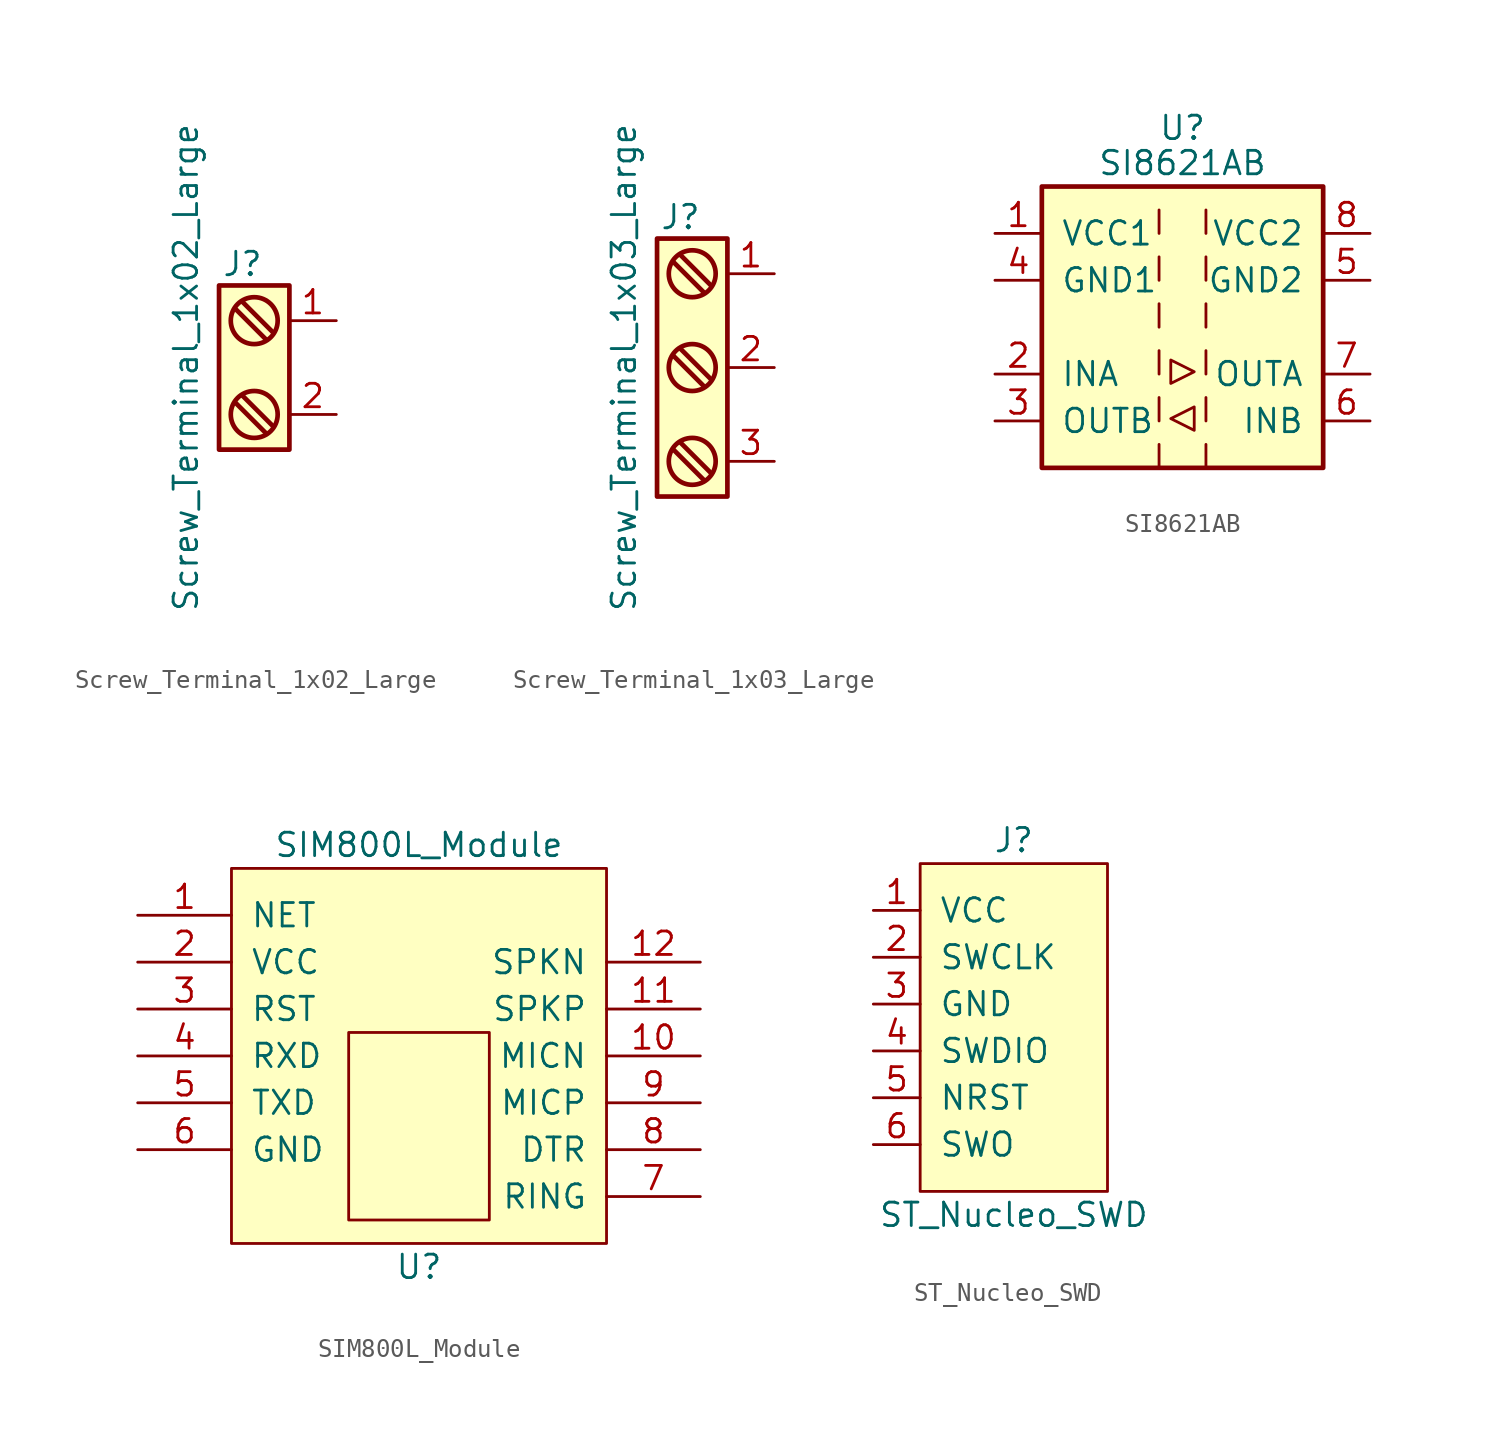
<source format=kicad_sym>
(kicad_symbol_lib
  (version 20220914)
  (generator kicad_symbol_editor)
  (symbol "Screw_Terminal_1x02_Large"
    (pin_names
      (offset 0.762) hide)
    (property "Reference" "J"
      (at 0 6.35 0)
      (effects (font (size 1.27 1.27)) (justify top)))
    (property "Value" "Screw_Terminal_1x02_Large"
      (at -3.81 0 90)
      (effects (font (size 1.27 1.27)) (justify top)))
    (symbol "Screw_Terminal_1x02_Large_0_1"
      (rectangle (start -1.27 4.445) (end 2.54 -4.445) (stroke (width 0.254) (type default)) (fill (type background)))
      (polyline (pts (xy -0.381 -1.905) (xy 1.27 -3.556)) (stroke (width 0.254) (type default)) (fill (type none)))
      (polyline (pts (xy 0 3.556) (xy 1.651 1.905)) (stroke (width 0.254) (type default)) (fill (type none)))
      (polyline (pts (xy 1.27 1.524) (xy -0.381 3.175)) (stroke (width 0.254) (type default)) (fill (type none)))
      (polyline (pts (xy 1.651 -3.175) (xy 0 -1.524)) (stroke (width 0.254) (type default)) (fill (type none)))
      (circle (center 0.635 -2.54) (radius 1.27) (stroke (width 0.254) (type default)) (fill (type none)))
      (circle (center 0.635 2.54) (radius 1.27) (stroke (width 0.254) (type default)) (fill (type none))))
    (symbol "Screw_Terminal_1x02_Large_1_1"
      (pin passive line (at 5.08 2.54 180) (length 2.54) (name "~" (effects (font (size 1.27 1.27)))) (number "1" (effects (font (size 1.27 1.27)))))
      (pin passive line (at 5.08 -2.54 180) (length 2.54) (name "~" (effects (font (size 1.27 1.27)))) (number "2" (effects (font (size 1.27 1.27)))))))
  (symbol "Screw_Terminal_1x03_Large"
    (pin_names
      (offset 0.762) hide)
    (property "Reference" "J"
      (at 0 8.89 0)
      (effects (font (size 1.27 1.27)) (justify top)))
    (property "Value" "Screw_Terminal_1x03_Large"
      (at -3.81 0 90)
      (effects (font (size 1.27 1.27)) (justify top)))
    (symbol "Screw_Terminal_1x03_Large_0_1"
      (rectangle (start -1.27 6.985) (end 2.54 -6.985) (stroke (width 0.254) (type default)) (fill (type background)))
      (polyline (pts (xy -0.381 -4.445) (xy 1.27 -6.096)) (stroke (width 0.254) (type default)) (fill (type none)))
      (polyline (pts (xy -0.381 0.635) (xy 1.27 -1.016)) (stroke (width 0.254) (type default)) (fill (type none)))
      (polyline (pts (xy 0 6.096) (xy 1.651 4.445)) (stroke (width 0.254) (type default)) (fill (type none)))
      (polyline (pts (xy 1.27 4.064) (xy -0.381 5.715)) (stroke (width 0.254) (type default)) (fill (type none)))
      (polyline (pts (xy 1.651 -5.715) (xy 0 -4.064)) (stroke (width 0.254) (type default)) (fill (type none)))
      (polyline (pts (xy 1.651 -0.635) (xy 0 1.016)) (stroke (width 0.254) (type default)) (fill (type none)))
      (circle (center 0.635 -5.08) (radius 1.27) (stroke (width 0.254) (type default)) (fill (type none)))
      (circle (center 0.635 0) (radius 1.27) (stroke (width 0.254) (type default)) (fill (type none)))
      (circle (center 0.635 5.08) (radius 1.27) (stroke (width 0.254) (type default)) (fill (type none))))
    (symbol "Screw_Terminal_1x03_Large_1_1"
      (pin passive line (at 5.08 5.08 180) (length 2.54) (name "~" (effects (font (size 1.27 1.27)))) (number "1" (effects (font (size 1.27 1.27)))))
      (pin passive line (at 5.08 0 180) (length 2.54) (name "~" (effects (font (size 1.27 1.27)))) (number "2" (effects (font (size 1.27 1.27)))))
      (pin passive line (at 5.08 -5.08 180) (length 2.54) (name "~" (effects (font (size 1.27 1.27)))) (number "3" (effects (font (size 1.27 1.27)))))))
  (symbol "SI8621AB"
    (pin_names
      (offset 1.016))
    (property "Reference" "U"
      (at 0 10.795 0)
      (effects (font (size 1.27 1.27))))
    (property "Value" "SI8621AB"
      (at 0 8.89 0)
      (effects (font (size 1.27 1.27))))
    (symbol "SI8621AB_0_1"
      (rectangle (start -7.62 7.62) (end 7.62 -7.62) (stroke (width 0.254) (type default)) (fill (type background)))
      (polyline (pts (xy -1.27 -6.35) (xy -1.27 -7.62)) (stroke (width 0) (type default)) (fill (type none)))
      (polyline (pts (xy -1.27 -3.81) (xy -1.27 -5.08)) (stroke (width 0) (type default)) (fill (type none)))
      (polyline (pts (xy -1.27 -1.27) (xy -1.27 -2.54)) (stroke (width 0) (type default)) (fill (type none)))
      (polyline (pts (xy -1.27 1.27) (xy -1.27 0)) (stroke (width 0) (type default)) (fill (type none)))
      (polyline (pts (xy -1.27 3.81) (xy -1.27 2.54)) (stroke (width 0) (type default)) (fill (type none)))
      (polyline (pts (xy -1.27 6.35) (xy -1.27 5.08)) (stroke (width 0) (type default)) (fill (type none)))
      (polyline (pts (xy 1.27 -6.35) (xy 1.27 -7.62)) (stroke (width 0) (type default)) (fill (type none)))
      (polyline (pts (xy 1.27 -3.81) (xy 1.27 -5.08)) (stroke (width 0) (type default)) (fill (type none)))
      (polyline (pts (xy 1.27 -1.27) (xy 1.27 -2.54)) (stroke (width 0) (type default)) (fill (type none)))
      (polyline (pts (xy 1.27 1.27) (xy 1.27 0)) (stroke (width 0) (type default)) (fill (type none)))
      (polyline (pts (xy 1.27 3.81) (xy 1.27 2.54)) (stroke (width 0) (type default)) (fill (type none)))
      (polyline (pts (xy 1.27 6.35) (xy 1.27 5.08)) (stroke (width 0) (type default)) (fill (type none)))
      (polyline (pts (xy 0.635 -5.588) (xy 0.635 -4.318) (xy -0.635 -4.953) (xy 0.635 -5.588)) (stroke (width 0) (type default)) (fill (type none)))
      (polyline (pts (xy 0.635 -2.413) (xy -0.635 -3.048) (xy -0.635 -1.778) (xy 0.635 -2.413)) (stroke (width 0) (type default)) (fill (type none))))
    (symbol "SI8621AB_1_1"
      (pin power_in line (at -10.16 5.08 0) (length 2.54) (name "VCC1" (effects (font (size 1.27 1.27)))) (number "1" (effects (font (size 1.27 1.27)))))
      (pin input line (at -10.16 -2.54 0) (length 2.54) (name "INA" (effects (font (size 1.27 1.27)))) (number "2" (effects (font (size 1.27 1.27)))))
      (pin output line (at -10.16 -5.08 0) (length 2.54) (name "OUTB" (effects (font (size 1.27 1.27)))) (number "3" (effects (font (size 1.27 1.27)))))
      (pin power_in line (at -10.16 2.54 0) (length 2.54) (name "GND1" (effects (font (size 1.27 1.27)))) (number "4" (effects (font (size 1.27 1.27)))))
      (pin power_in line (at 10.16 2.54 180) (length 2.54) (name "GND2" (effects (font (size 1.27 1.27)))) (number "5" (effects (font (size 1.27 1.27)))))
      (pin input line (at 10.16 -5.08 180) (length 2.54) (name "INB" (effects (font (size 1.27 1.27)))) (number "6" (effects (font (size 1.27 1.27)))))
      (pin output line (at 10.16 -2.54 180) (length 2.54) (name "OUTA" (effects (font (size 1.27 1.27)))) (number "7" (effects (font (size 1.27 1.27)))))
      (pin power_in line (at 10.16 5.08 180) (length 2.54) (name "VCC2" (effects (font (size 1.27 1.27)))) (number "8" (effects (font (size 1.27 1.27)))))))
  (symbol "SIM800L_Module"
    (pin_names
      (offset 1.016))
    (property "Reference" "U"
      (at 0 -11.43 0)
      (effects (font (size 1.27 1.27))))
    (property "Value" "SIM800L_Module"
      (at 0 11.43 0)
      (effects (font (size 1.27 1.27))))
    (symbol "SIM800L_Module_0_1"
      (rectangle (start -10.16 10.16) (end 10.16 -10.16) (stroke (width 0) (type default)) (fill (type background)))
      (rectangle (start -3.81 1.27) (end 3.81 -8.89) (stroke (width 0) (type default)) (fill (type none))))
    (symbol "SIM800L_Module_1_1"
      (pin input line (at -15.24 7.62 0) (length 5.08) (name "NET" (effects (font (size 1.27 1.27)))) (number "1" (effects (font (size 1.27 1.27)))))
      (pin input line (at 15.24 0 180) (length 5.08) (name "MICN" (effects (font (size 1.27 1.27)))) (number "10" (effects (font (size 1.27 1.27)))))
      (pin input line (at 15.24 2.54 180) (length 5.08) (name "SPKP" (effects (font (size 1.27 1.27)))) (number "11" (effects (font (size 1.27 1.27)))))
      (pin input line (at 15.24 5.08 180) (length 5.08) (name "SPKN" (effects (font (size 1.27 1.27)))) (number "12" (effects (font (size 1.27 1.27)))))
      (pin power_in line (at -15.24 5.08 0) (length 5.08) (name "VCC" (effects (font (size 1.27 1.27)))) (number "2" (effects (font (size 1.27 1.27)))))
      (pin input line (at -15.24 2.54 0) (length 5.08) (name "RST" (effects (font (size 1.27 1.27)))) (number "3" (effects (font (size 1.27 1.27)))))
      (pin input line (at -15.24 0 0) (length 5.08) (name "RXD" (effects (font (size 1.27 1.27)))) (number "4" (effects (font (size 1.27 1.27)))))
      (pin output line (at -15.24 -2.54 0) (length 5.08) (name "TXD" (effects (font (size 1.27 1.27)))) (number "5" (effects (font (size 1.27 1.27)))))
      (pin power_in line (at -15.24 -5.08 0) (length 5.08) (name "GND" (effects (font (size 1.27 1.27)))) (number "6" (effects (font (size 1.27 1.27)))))
      (pin input line (at 15.24 -7.62 180) (length 5.08) (name "RING" (effects (font (size 1.27 1.27)))) (number "7" (effects (font (size 1.27 1.27)))))
      (pin input line (at 15.24 -5.08 180) (length 5.08) (name "DTR" (effects (font (size 1.27 1.27)))) (number "8" (effects (font (size 1.27 1.27)))))
      (pin input line (at 15.24 -2.54 180) (length 5.08) (name "MICP" (effects (font (size 1.27 1.27)))) (number "9" (effects (font (size 1.27 1.27)))))))
  (symbol "ST_Nucleo_SWD"
    (pin_names
      (offset 1.016))
    (property "Reference" "J"
      (at 0 10.16 0)
      (effects (font (size 1.27 1.27))))
    (property "Value" "ST_Nucleo_SWD"
      (at 0 -10.16 0)
      (effects (font (size 1.27 1.27))))
    (property "Datasheet" ""
      (at 3.81 1.27 0)
      (effects (font (size 1.524 1.524))))
    (symbol "ST_Nucleo_SWD_0_1"
      (rectangle (start -5.08 8.89) (end 5.08 -8.89) (stroke (width 0) (type default)) (fill (type background))))
    (symbol "ST_Nucleo_SWD_1_1"
      (pin passive line (at -7.62 6.35 0) (length 2.54) (name "VCC" (effects (font (size 1.27 1.27)))) (number "1" (effects (font (size 1.27 1.27)))))
      (pin passive line (at -7.62 3.81 0) (length 2.54) (name "SWCLK" (effects (font (size 1.27 1.27)))) (number "2" (effects (font (size 1.27 1.27)))))
      (pin passive line (at -7.62 1.27 0) (length 2.54) (name "GND" (effects (font (size 1.27 1.27)))) (number "3" (effects (font (size 1.27 1.27)))))
      (pin passive line (at -7.62 -1.27 0) (length 2.54) (name "SWDIO" (effects (font (size 1.27 1.27)))) (number "4" (effects (font (size 1.27 1.27)))))
      (pin passive line (at -7.62 -3.81 0) (length 2.54) (name "NRST" (effects (font (size 1.27 1.27)))) (number "5" (effects (font (size 1.27 1.27)))))
      (pin passive line (at -7.62 -6.35 0) (length 2.54) (name "SWO" (effects (font (size 1.27 1.27)))) (number "6" (effects (font (size 1.27 1.27))))))))
</source>
